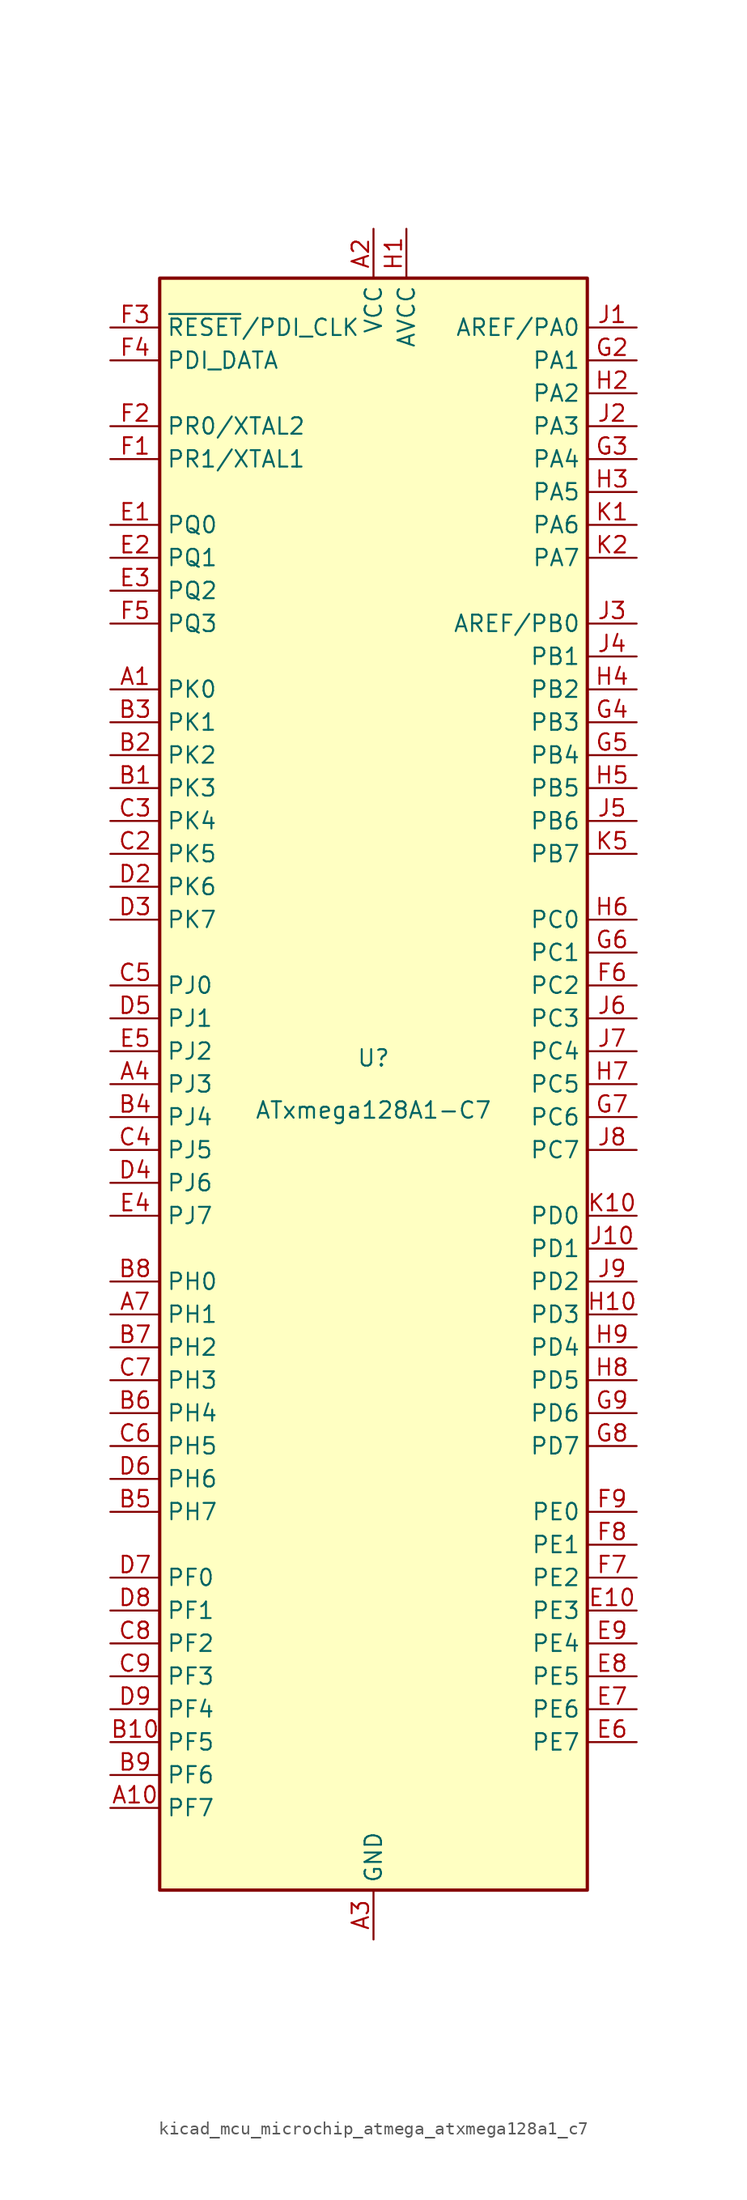
<source format=kicad_sym>
(kicad_symbol_lib
  (version 20220914)
  (generator kicad_symbol_editor)
  (symbol "kicad_mcu_microchip_atmega_atxmega128a1_c7"
    (property "Reference" "U"
      (at 0 1.27 0)
      (effects (font (size 1.27 1.27)) (justify bottom)))
    (property "Value" "ATxmega128A1-C7"
      (at 0 -1.27 0)
      (effects (font (size 1.27 1.27)) (justify top)))
    (symbol "kicad_mcu_microchip_atmega_atxmega128a1_c7_0_1"
      (rectangle (start -16.51 -62.23) (end 16.51 62.23) (stroke (width 0.254) (type default)) (fill (type background))))
    (symbol "kicad_mcu_microchip_atmega_atxmega128a1_c7_1_1"
      (pin bidirectional line (at -20.32 30.48 0) (length 3.81) (name "PK0" (effects (font (size 1.27 1.27)))) (number "A1" (effects (font (size 1.27 1.27)))))
      (pin bidirectional line (at -20.32 -55.88 0) (length 3.81) (name "PF7" (effects (font (size 1.27 1.27)))) (number "A10" (effects (font (size 1.27 1.27)))))
      (pin power_in line (at 0 66.04 270) (length 3.81) (name "VCC" (effects (font (size 1.27 1.27)))) (number "A2" (effects (font (size 1.27 1.27)))))
      (pin power_in line (at 0 -66.04 90) (length 3.81) (name "GND" (effects (font (size 1.27 1.27)))) (number "A3" (effects (font (size 1.27 1.27)))))
      (pin bidirectional line (at -20.32 0 0) (length 3.81) (name "PJ3" (effects (font (size 1.27 1.27)))) (number "A4" (effects (font (size 1.27 1.27)))))
      (pin passive line (at 0 66.04 270) (length 3.81) hide (name "VCC" (effects (font (size 1.27 1.27)))) (number "A5" (effects (font (size 1.27 1.27)))))
      (pin passive line (at 0 -66.04 90) (length 3.81) hide (name "GND" (effects (font (size 1.27 1.27)))) (number "A6" (effects (font (size 1.27 1.27)))))
      (pin bidirectional line (at -20.32 -17.78 0) (length 3.81) (name "PH1" (effects (font (size 1.27 1.27)))) (number "A7" (effects (font (size 1.27 1.27)))))
      (pin passive line (at 0 -66.04 90) (length 3.81) hide (name "GND" (effects (font (size 1.27 1.27)))) (number "A8" (effects (font (size 1.27 1.27)))))
      (pin passive line (at 0 66.04 270) (length 3.81) hide (name "VCC" (effects (font (size 1.27 1.27)))) (number "A9" (effects (font (size 1.27 1.27)))))
      (pin bidirectional line (at -20.32 22.86 0) (length 3.81) (name "PK3" (effects (font (size 1.27 1.27)))) (number "B1" (effects (font (size 1.27 1.27)))))
      (pin bidirectional line (at -20.32 -50.8 0) (length 3.81) (name "PF5" (effects (font (size 1.27 1.27)))) (number "B10" (effects (font (size 1.27 1.27)))))
      (pin bidirectional line (at -20.32 25.4 0) (length 3.81) (name "PK2" (effects (font (size 1.27 1.27)))) (number "B2" (effects (font (size 1.27 1.27)))))
      (pin bidirectional line (at -20.32 27.94 0) (length 3.81) (name "PK1" (effects (font (size 1.27 1.27)))) (number "B3" (effects (font (size 1.27 1.27)))))
      (pin bidirectional line (at -20.32 -2.54 0) (length 3.81) (name "PJ4" (effects (font (size 1.27 1.27)))) (number "B4" (effects (font (size 1.27 1.27)))))
      (pin bidirectional line (at -20.32 -33.02 0) (length 3.81) (name "PH7" (effects (font (size 1.27 1.27)))) (number "B5" (effects (font (size 1.27 1.27)))))
      (pin bidirectional line (at -20.32 -25.4 0) (length 3.81) (name "PH4" (effects (font (size 1.27 1.27)))) (number "B6" (effects (font (size 1.27 1.27)))))
      (pin bidirectional line (at -20.32 -20.32 0) (length 3.81) (name "PH2" (effects (font (size 1.27 1.27)))) (number "B7" (effects (font (size 1.27 1.27)))))
      (pin bidirectional line (at -20.32 -15.24 0) (length 3.81) (name "PH0" (effects (font (size 1.27 1.27)))) (number "B8" (effects (font (size 1.27 1.27)))))
      (pin bidirectional line (at -20.32 -53.34 0) (length 3.81) (name "PF6" (effects (font (size 1.27 1.27)))) (number "B9" (effects (font (size 1.27 1.27)))))
      (pin passive line (at 0 66.04 270) (length 3.81) hide (name "VCC" (effects (font (size 1.27 1.27)))) (number "C1" (effects (font (size 1.27 1.27)))))
      (pin passive line (at 0 66.04 270) (length 3.81) hide (name "VCC" (effects (font (size 1.27 1.27)))) (number "C10" (effects (font (size 1.27 1.27)))))
      (pin bidirectional line (at -20.32 17.78 0) (length 3.81) (name "PK5" (effects (font (size 1.27 1.27)))) (number "C2" (effects (font (size 1.27 1.27)))))
      (pin bidirectional line (at -20.32 20.32 0) (length 3.81) (name "PK4" (effects (font (size 1.27 1.27)))) (number "C3" (effects (font (size 1.27 1.27)))))
      (pin bidirectional line (at -20.32 -5.08 0) (length 3.81) (name "PJ5" (effects (font (size 1.27 1.27)))) (number "C4" (effects (font (size 1.27 1.27)))))
      (pin bidirectional line (at -20.32 7.62 0) (length 3.81) (name "PJ0" (effects (font (size 1.27 1.27)))) (number "C5" (effects (font (size 1.27 1.27)))))
      (pin bidirectional line (at -20.32 -27.94 0) (length 3.81) (name "PH5" (effects (font (size 1.27 1.27)))) (number "C6" (effects (font (size 1.27 1.27)))))
      (pin bidirectional line (at -20.32 -22.86 0) (length 3.81) (name "PH3" (effects (font (size 1.27 1.27)))) (number "C7" (effects (font (size 1.27 1.27)))))
      (pin bidirectional line (at -20.32 -43.18 0) (length 3.81) (name "PF2" (effects (font (size 1.27 1.27)))) (number "C8" (effects (font (size 1.27 1.27)))))
      (pin bidirectional line (at -20.32 -45.72 0) (length 3.81) (name "PF3" (effects (font (size 1.27 1.27)))) (number "C9" (effects (font (size 1.27 1.27)))))
      (pin passive line (at 0 -66.04 90) (length 3.81) hide (name "GND" (effects (font (size 1.27 1.27)))) (number "D1" (effects (font (size 1.27 1.27)))))
      (pin passive line (at 0 -66.04 90) (length 3.81) hide (name "GND" (effects (font (size 1.27 1.27)))) (number "D10" (effects (font (size 1.27 1.27)))))
      (pin bidirectional line (at -20.32 15.24 0) (length 3.81) (name "PK6" (effects (font (size 1.27 1.27)))) (number "D2" (effects (font (size 1.27 1.27)))))
      (pin bidirectional line (at -20.32 12.7 0) (length 3.81) (name "PK7" (effects (font (size 1.27 1.27)))) (number "D3" (effects (font (size 1.27 1.27)))))
      (pin bidirectional line (at -20.32 -7.62 0) (length 3.81) (name "PJ6" (effects (font (size 1.27 1.27)))) (number "D4" (effects (font (size 1.27 1.27)))))
      (pin bidirectional line (at -20.32 5.08 0) (length 3.81) (name "PJ1" (effects (font (size 1.27 1.27)))) (number "D5" (effects (font (size 1.27 1.27)))))
      (pin bidirectional line (at -20.32 -30.48 0) (length 3.81) (name "PH6" (effects (font (size 1.27 1.27)))) (number "D6" (effects (font (size 1.27 1.27)))))
      (pin bidirectional line (at -20.32 -38.1 0) (length 3.81) (name "PF0" (effects (font (size 1.27 1.27)))) (number "D7" (effects (font (size 1.27 1.27)))))
      (pin bidirectional line (at -20.32 -40.64 0) (length 3.81) (name "PF1" (effects (font (size 1.27 1.27)))) (number "D8" (effects (font (size 1.27 1.27)))))
      (pin bidirectional line (at -20.32 -48.26 0) (length 3.81) (name "PF4" (effects (font (size 1.27 1.27)))) (number "D9" (effects (font (size 1.27 1.27)))))
      (pin bidirectional line (at -20.32 43.18 0) (length 3.81) (name "PQ0" (effects (font (size 1.27 1.27)))) (number "E1" (effects (font (size 1.27 1.27)))))
      (pin bidirectional line (at 20.32 -40.64 180) (length 3.81) (name "PE3" (effects (font (size 1.27 1.27)))) (number "E10" (effects (font (size 1.27 1.27)))))
      (pin bidirectional line (at -20.32 40.64 0) (length 3.81) (name "PQ1" (effects (font (size 1.27 1.27)))) (number "E2" (effects (font (size 1.27 1.27)))))
      (pin bidirectional line (at -20.32 38.1 0) (length 3.81) (name "PQ2" (effects (font (size 1.27 1.27)))) (number "E3" (effects (font (size 1.27 1.27)))))
      (pin bidirectional line (at -20.32 -10.16 0) (length 3.81) (name "PJ7" (effects (font (size 1.27 1.27)))) (number "E4" (effects (font (size 1.27 1.27)))))
      (pin bidirectional line (at -20.32 2.54 0) (length 3.81) (name "PJ2" (effects (font (size 1.27 1.27)))) (number "E5" (effects (font (size 1.27 1.27)))))
      (pin bidirectional line (at 20.32 -50.8 180) (length 3.81) (name "PE7" (effects (font (size 1.27 1.27)))) (number "E6" (effects (font (size 1.27 1.27)))))
      (pin bidirectional line (at 20.32 -48.26 180) (length 3.81) (name "PE6" (effects (font (size 1.27 1.27)))) (number "E7" (effects (font (size 1.27 1.27)))))
      (pin bidirectional line (at 20.32 -45.72 180) (length 3.81) (name "PE5" (effects (font (size 1.27 1.27)))) (number "E8" (effects (font (size 1.27 1.27)))))
      (pin bidirectional line (at 20.32 -43.18 180) (length 3.81) (name "PE4" (effects (font (size 1.27 1.27)))) (number "E9" (effects (font (size 1.27 1.27)))))
      (pin bidirectional line (at -20.32 48.26 0) (length 3.81) (name "PR1/XTAL1" (effects (font (size 1.27 1.27)))) (number "F1" (effects (font (size 1.27 1.27)))))
      (pin passive line (at 0 66.04 270) (length 3.81) hide (name "VCC" (effects (font (size 1.27 1.27)))) (number "F10" (effects (font (size 1.27 1.27)))))
      (pin bidirectional line (at -20.32 50.8 0) (length 3.81) (name "PR0/XTAL2" (effects (font (size 1.27 1.27)))) (number "F2" (effects (font (size 1.27 1.27)))))
      (pin input line (at -20.32 58.42 0) (length 3.81) (name "~{RESET}/PDI_CLK" (effects (font (size 1.27 1.27)))) (number "F3" (effects (font (size 1.27 1.27)))))
      (pin bidirectional line (at -20.32 55.88 0) (length 3.81) (name "PDI_DATA" (effects (font (size 1.27 1.27)))) (number "F4" (effects (font (size 1.27 1.27)))))
      (pin bidirectional line (at -20.32 35.56 0) (length 3.81) (name "PQ3" (effects (font (size 1.27 1.27)))) (number "F5" (effects (font (size 1.27 1.27)))))
      (pin bidirectional line (at 20.32 7.62 180) (length 3.81) (name "PC2" (effects (font (size 1.27 1.27)))) (number "F6" (effects (font (size 1.27 1.27)))))
      (pin bidirectional line (at 20.32 -38.1 180) (length 3.81) (name "PE2" (effects (font (size 1.27 1.27)))) (number "F7" (effects (font (size 1.27 1.27)))))
      (pin bidirectional line (at 20.32 -35.56 180) (length 3.81) (name "PE1" (effects (font (size 1.27 1.27)))) (number "F8" (effects (font (size 1.27 1.27)))))
      (pin bidirectional line (at 20.32 -33.02 180) (length 3.81) (name "PE0" (effects (font (size 1.27 1.27)))) (number "F9" (effects (font (size 1.27 1.27)))))
      (pin passive line (at 0 -66.04 90) (length 3.81) hide (name "GND" (effects (font (size 1.27 1.27)))) (number "G1" (effects (font (size 1.27 1.27)))))
      (pin passive line (at 0 -66.04 90) (length 3.81) hide (name "GND" (effects (font (size 1.27 1.27)))) (number "G10" (effects (font (size 1.27 1.27)))))
      (pin bidirectional line (at 20.32 55.88 180) (length 3.81) (name "PA1" (effects (font (size 1.27 1.27)))) (number "G2" (effects (font (size 1.27 1.27)))))
      (pin bidirectional line (at 20.32 48.26 180) (length 3.81) (name "PA4" (effects (font (size 1.27 1.27)))) (number "G3" (effects (font (size 1.27 1.27)))))
      (pin bidirectional line (at 20.32 27.94 180) (length 3.81) (name "PB3" (effects (font (size 1.27 1.27)))) (number "G4" (effects (font (size 1.27 1.27)))))
      (pin bidirectional line (at 20.32 25.4 180) (length 3.81) (name "PB4" (effects (font (size 1.27 1.27)))) (number "G5" (effects (font (size 1.27 1.27)))))
      (pin bidirectional line (at 20.32 10.16 180) (length 3.81) (name "PC1" (effects (font (size 1.27 1.27)))) (number "G6" (effects (font (size 1.27 1.27)))))
      (pin bidirectional line (at 20.32 -2.54 180) (length 3.81) (name "PC6" (effects (font (size 1.27 1.27)))) (number "G7" (effects (font (size 1.27 1.27)))))
      (pin bidirectional line (at 20.32 -27.94 180) (length 3.81) (name "PD7" (effects (font (size 1.27 1.27)))) (number "G8" (effects (font (size 1.27 1.27)))))
      (pin bidirectional line (at 20.32 -25.4 180) (length 3.81) (name "PD6" (effects (font (size 1.27 1.27)))) (number "G9" (effects (font (size 1.27 1.27)))))
      (pin power_in line (at 2.54 66.04 270) (length 3.81) (name "AVCC" (effects (font (size 1.27 1.27)))) (number "H1" (effects (font (size 1.27 1.27)))))
      (pin bidirectional line (at 20.32 -17.78 180) (length 3.81) (name "PD3" (effects (font (size 1.27 1.27)))) (number "H10" (effects (font (size 1.27 1.27)))))
      (pin bidirectional line (at 20.32 53.34 180) (length 3.81) (name "PA2" (effects (font (size 1.27 1.27)))) (number "H2" (effects (font (size 1.27 1.27)))))
      (pin bidirectional line (at 20.32 45.72 180) (length 3.81) (name "PA5" (effects (font (size 1.27 1.27)))) (number "H3" (effects (font (size 1.27 1.27)))))
      (pin bidirectional line (at 20.32 30.48 180) (length 3.81) (name "PB2" (effects (font (size 1.27 1.27)))) (number "H4" (effects (font (size 1.27 1.27)))))
      (pin bidirectional line (at 20.32 22.86 180) (length 3.81) (name "PB5" (effects (font (size 1.27 1.27)))) (number "H5" (effects (font (size 1.27 1.27)))))
      (pin bidirectional line (at 20.32 12.7 180) (length 3.81) (name "PC0" (effects (font (size 1.27 1.27)))) (number "H6" (effects (font (size 1.27 1.27)))))
      (pin bidirectional line (at 20.32 0 180) (length 3.81) (name "PC5" (effects (font (size 1.27 1.27)))) (number "H7" (effects (font (size 1.27 1.27)))))
      (pin bidirectional line (at 20.32 -22.86 180) (length 3.81) (name "PD5" (effects (font (size 1.27 1.27)))) (number "H8" (effects (font (size 1.27 1.27)))))
      (pin bidirectional line (at 20.32 -20.32 180) (length 3.81) (name "PD4" (effects (font (size 1.27 1.27)))) (number "H9" (effects (font (size 1.27 1.27)))))
      (pin bidirectional line (at 20.32 58.42 180) (length 3.81) (name "AREF/PA0" (effects (font (size 1.27 1.27)))) (number "J1" (effects (font (size 1.27 1.27)))))
      (pin bidirectional line (at 20.32 -12.7 180) (length 3.81) (name "PD1" (effects (font (size 1.27 1.27)))) (number "J10" (effects (font (size 1.27 1.27)))))
      (pin bidirectional line (at 20.32 50.8 180) (length 3.81) (name "PA3" (effects (font (size 1.27 1.27)))) (number "J2" (effects (font (size 1.27 1.27)))))
      (pin bidirectional line (at 20.32 35.56 180) (length 3.81) (name "AREF/PB0" (effects (font (size 1.27 1.27)))) (number "J3" (effects (font (size 1.27 1.27)))))
      (pin bidirectional line (at 20.32 33.02 180) (length 3.81) (name "PB1" (effects (font (size 1.27 1.27)))) (number "J4" (effects (font (size 1.27 1.27)))))
      (pin bidirectional line (at 20.32 20.32 180) (length 3.81) (name "PB6" (effects (font (size 1.27 1.27)))) (number "J5" (effects (font (size 1.27 1.27)))))
      (pin bidirectional line (at 20.32 5.08 180) (length 3.81) (name "PC3" (effects (font (size 1.27 1.27)))) (number "J6" (effects (font (size 1.27 1.27)))))
      (pin bidirectional line (at 20.32 2.54 180) (length 3.81) (name "PC4" (effects (font (size 1.27 1.27)))) (number "J7" (effects (font (size 1.27 1.27)))))
      (pin bidirectional line (at 20.32 -5.08 180) (length 3.81) (name "PC7" (effects (font (size 1.27 1.27)))) (number "J8" (effects (font (size 1.27 1.27)))))
      (pin bidirectional line (at 20.32 -15.24 180) (length 3.81) (name "PD2" (effects (font (size 1.27 1.27)))) (number "J9" (effects (font (size 1.27 1.27)))))
      (pin bidirectional line (at 20.32 43.18 180) (length 3.81) (name "PA6" (effects (font (size 1.27 1.27)))) (number "K1" (effects (font (size 1.27 1.27)))))
      (pin bidirectional line (at 20.32 -10.16 180) (length 3.81) (name "PD0" (effects (font (size 1.27 1.27)))) (number "K10" (effects (font (size 1.27 1.27)))))
      (pin bidirectional line (at 20.32 40.64 180) (length 3.81) (name "PA7" (effects (font (size 1.27 1.27)))) (number "K2" (effects (font (size 1.27 1.27)))))
      (pin passive line (at 0 -66.04 90) (length 3.81) hide (name "GND" (effects (font (size 1.27 1.27)))) (number "K3" (effects (font (size 1.27 1.27)))))
      (pin passive line (at 2.54 66.04 270) (length 3.81) hide (name "AVCC" (effects (font (size 1.27 1.27)))) (number "K4" (effects (font (size 1.27 1.27)))))
      (pin bidirectional line (at 20.32 17.78 180) (length 3.81) (name "PB7" (effects (font (size 1.27 1.27)))) (number "K5" (effects (font (size 1.27 1.27)))))
      (pin passive line (at 0 66.04 270) (length 3.81) hide (name "VCC" (effects (font (size 1.27 1.27)))) (number "K6" (effects (font (size 1.27 1.27)))))
      (pin passive line (at 0 -66.04 90) (length 3.81) hide (name "GND" (effects (font (size 1.27 1.27)))) (number "K7" (effects (font (size 1.27 1.27)))))
      (pin passive line (at 0 66.04 270) (length 3.81) hide (name "VCC" (effects (font (size 1.27 1.27)))) (number "K8" (effects (font (size 1.27 1.27)))))
      (pin passive line (at 0 -66.04 90) (length 3.81) hide (name "GND" (effects (font (size 1.27 1.27)))) (number "K9" (effects (font (size 1.27 1.27))))))))
</source>
